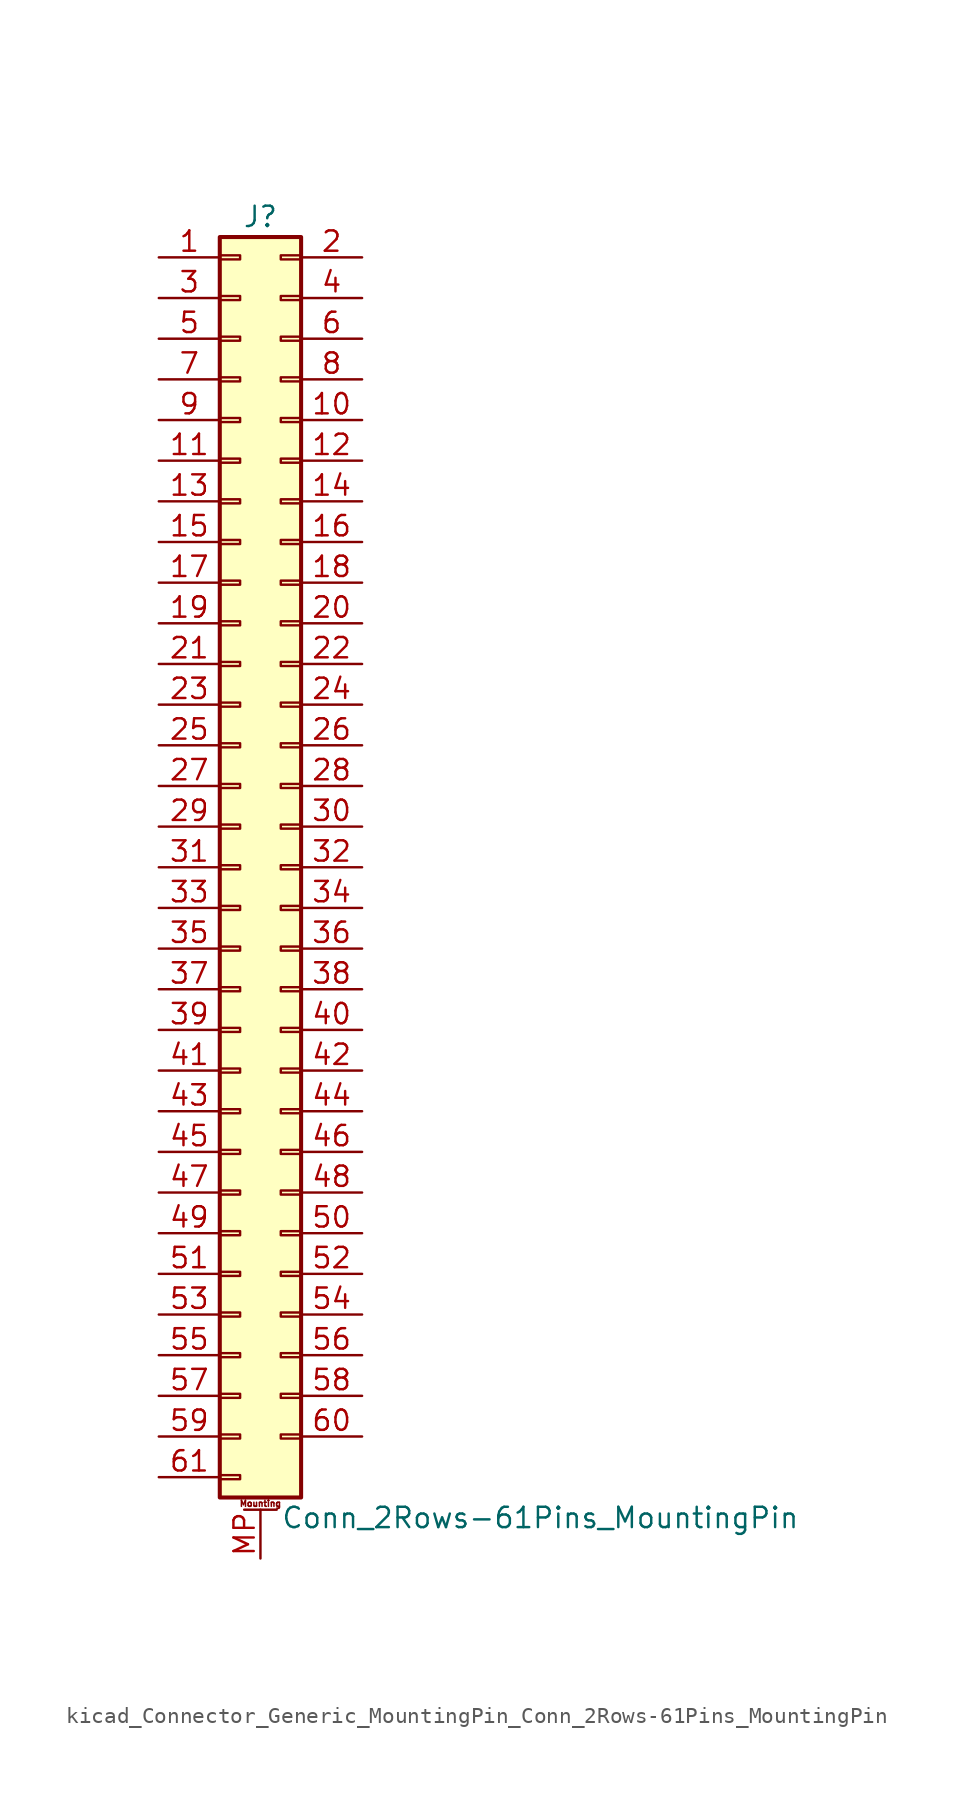
<source format=kicad_sym>
(kicad_symbol_lib
  (version 20220914)
  (generator kicad_symbol_editor)
  (symbol "kicad_Connector_Generic_MountingPin_Conn_2Rows-61Pins_MountingPin"
    (pin_names
      (offset 1.016) hide)
    (property "Reference" "J"
      (at 1.27 40.64 0)
      (effects (font (size 1.27 1.27))))
    (property "Value" "Conn_2Rows-61Pins_MountingPin"
      (at 2.54 -40.64 0)
      (effects (font (size 1.27 1.27)) (justify left)))
    (symbol "kicad_Connector_Generic_MountingPin_Conn_2Rows-61Pins_MountingPin_1_1"
      (rectangle (start -1.27 -37.973) (end 0 -38.227) (stroke (width 0.152) (type default)) (fill (type none)))
      (rectangle (start -1.27 -35.433) (end 0 -35.687) (stroke (width 0.152) (type default)) (fill (type none)))
      (rectangle (start -1.27 -32.893) (end 0 -33.147) (stroke (width 0.152) (type default)) (fill (type none)))
      (rectangle (start -1.27 -30.353) (end 0 -30.607) (stroke (width 0.152) (type default)) (fill (type none)))
      (rectangle (start -1.27 -27.813) (end 0 -28.067) (stroke (width 0.152) (type default)) (fill (type none)))
      (rectangle (start -1.27 -25.273) (end 0 -25.527) (stroke (width 0.152) (type default)) (fill (type none)))
      (rectangle (start -1.27 -22.733) (end 0 -22.987) (stroke (width 0.152) (type default)) (fill (type none)))
      (rectangle (start -1.27 -20.193) (end 0 -20.447) (stroke (width 0.152) (type default)) (fill (type none)))
      (rectangle (start -1.27 -17.653) (end 0 -17.907) (stroke (width 0.152) (type default)) (fill (type none)))
      (rectangle (start -1.27 -15.113) (end 0 -15.367) (stroke (width 0.152) (type default)) (fill (type none)))
      (rectangle (start -1.27 -12.573) (end 0 -12.827) (stroke (width 0.152) (type default)) (fill (type none)))
      (rectangle (start -1.27 -10.033) (end 0 -10.287) (stroke (width 0.152) (type default)) (fill (type none)))
      (rectangle (start -1.27 -7.493) (end 0 -7.747) (stroke (width 0.152) (type default)) (fill (type none)))
      (rectangle (start -1.27 -4.953) (end 0 -5.207) (stroke (width 0.152) (type default)) (fill (type none)))
      (rectangle (start -1.27 -2.413) (end 0 -2.667) (stroke (width 0.152) (type default)) (fill (type none)))
      (rectangle (start -1.27 0.127) (end 0 -0.127) (stroke (width 0.152) (type default)) (fill (type none)))
      (rectangle (start -1.27 2.667) (end 0 2.413) (stroke (width 0.152) (type default)) (fill (type none)))
      (rectangle (start -1.27 5.207) (end 0 4.953) (stroke (width 0.152) (type default)) (fill (type none)))
      (rectangle (start -1.27 7.747) (end 0 7.493) (stroke (width 0.152) (type default)) (fill (type none)))
      (rectangle (start -1.27 10.287) (end 0 10.033) (stroke (width 0.152) (type default)) (fill (type none)))
      (rectangle (start -1.27 12.827) (end 0 12.573) (stroke (width 0.152) (type default)) (fill (type none)))
      (rectangle (start -1.27 15.367) (end 0 15.113) (stroke (width 0.152) (type default)) (fill (type none)))
      (rectangle (start -1.27 17.907) (end 0 17.653) (stroke (width 0.152) (type default)) (fill (type none)))
      (rectangle (start -1.27 20.447) (end 0 20.193) (stroke (width 0.152) (type default)) (fill (type none)))
      (rectangle (start -1.27 22.987) (end 0 22.733) (stroke (width 0.152) (type default)) (fill (type none)))
      (rectangle (start -1.27 25.527) (end 0 25.273) (stroke (width 0.152) (type default)) (fill (type none)))
      (rectangle (start -1.27 28.067) (end 0 27.813) (stroke (width 0.152) (type default)) (fill (type none)))
      (rectangle (start -1.27 30.607) (end 0 30.353) (stroke (width 0.152) (type default)) (fill (type none)))
      (rectangle (start -1.27 33.147) (end 0 32.893) (stroke (width 0.152) (type default)) (fill (type none)))
      (rectangle (start -1.27 35.687) (end 0 35.433) (stroke (width 0.152) (type default)) (fill (type none)))
      (rectangle (start -1.27 38.227) (end 0 37.973) (stroke (width 0.152) (type default)) (fill (type none)))
      (rectangle (start -1.27 39.37) (end 3.81 -39.37) (stroke (width 0.254) (type default)) (fill (type background)))
      (polyline (pts (xy 0.254 -40.132) (xy 2.286 -40.132)) (stroke (width 0.152) (type default)) (fill (type none)))
      (rectangle (start 3.81 -35.433) (end 2.54 -35.687) (stroke (width 0.152) (type default)) (fill (type none)))
      (rectangle (start 3.81 -32.893) (end 2.54 -33.147) (stroke (width 0.152) (type default)) (fill (type none)))
      (rectangle (start 3.81 -30.353) (end 2.54 -30.607) (stroke (width 0.152) (type default)) (fill (type none)))
      (rectangle (start 3.81 -27.813) (end 2.54 -28.067) (stroke (width 0.152) (type default)) (fill (type none)))
      (rectangle (start 3.81 -25.273) (end 2.54 -25.527) (stroke (width 0.152) (type default)) (fill (type none)))
      (rectangle (start 3.81 -22.733) (end 2.54 -22.987) (stroke (width 0.152) (type default)) (fill (type none)))
      (rectangle (start 3.81 -20.193) (end 2.54 -20.447) (stroke (width 0.152) (type default)) (fill (type none)))
      (rectangle (start 3.81 -17.653) (end 2.54 -17.907) (stroke (width 0.152) (type default)) (fill (type none)))
      (rectangle (start 3.81 -15.113) (end 2.54 -15.367) (stroke (width 0.152) (type default)) (fill (type none)))
      (rectangle (start 3.81 -12.573) (end 2.54 -12.827) (stroke (width 0.152) (type default)) (fill (type none)))
      (rectangle (start 3.81 -10.033) (end 2.54 -10.287) (stroke (width 0.152) (type default)) (fill (type none)))
      (rectangle (start 3.81 -7.493) (end 2.54 -7.747) (stroke (width 0.152) (type default)) (fill (type none)))
      (rectangle (start 3.81 -4.953) (end 2.54 -5.207) (stroke (width 0.152) (type default)) (fill (type none)))
      (rectangle (start 3.81 -2.413) (end 2.54 -2.667) (stroke (width 0.152) (type default)) (fill (type none)))
      (rectangle (start 3.81 0.127) (end 2.54 -0.127) (stroke (width 0.152) (type default)) (fill (type none)))
      (rectangle (start 3.81 2.667) (end 2.54 2.413) (stroke (width 0.152) (type default)) (fill (type none)))
      (rectangle (start 3.81 5.207) (end 2.54 4.953) (stroke (width 0.152) (type default)) (fill (type none)))
      (rectangle (start 3.81 7.747) (end 2.54 7.493) (stroke (width 0.152) (type default)) (fill (type none)))
      (rectangle (start 3.81 10.287) (end 2.54 10.033) (stroke (width 0.152) (type default)) (fill (type none)))
      (rectangle (start 3.81 12.827) (end 2.54 12.573) (stroke (width 0.152) (type default)) (fill (type none)))
      (rectangle (start 3.81 15.367) (end 2.54 15.113) (stroke (width 0.152) (type default)) (fill (type none)))
      (rectangle (start 3.81 17.907) (end 2.54 17.653) (stroke (width 0.152) (type default)) (fill (type none)))
      (rectangle (start 3.81 20.447) (end 2.54 20.193) (stroke (width 0.152) (type default)) (fill (type none)))
      (rectangle (start 3.81 22.987) (end 2.54 22.733) (stroke (width 0.152) (type default)) (fill (type none)))
      (rectangle (start 3.81 25.527) (end 2.54 25.273) (stroke (width 0.152) (type default)) (fill (type none)))
      (rectangle (start 3.81 28.067) (end 2.54 27.813) (stroke (width 0.152) (type default)) (fill (type none)))
      (rectangle (start 3.81 30.607) (end 2.54 30.353) (stroke (width 0.152) (type default)) (fill (type none)))
      (rectangle (start 3.81 33.147) (end 2.54 32.893) (stroke (width 0.152) (type default)) (fill (type none)))
      (rectangle (start 3.81 35.687) (end 2.54 35.433) (stroke (width 0.152) (type default)) (fill (type none)))
      (rectangle (start 3.81 38.227) (end 2.54 37.973) (stroke (width 0.152) (type default)) (fill (type none)))
      (text "Mounting" (at 1.27 -39.751 0) (effects (font (size 0.381 0.381))))
      (pin passive line (at -5.08 38.1 0) (length 3.81) (name "Pin_1" (effects (font (size 1.27 1.27)))) (number "1" (effects (font (size 1.27 1.27)))))
      (pin passive line (at 7.62 27.94 180) (length 3.81) (name "Pin_10" (effects (font (size 1.27 1.27)))) (number "10" (effects (font (size 1.27 1.27)))))
      (pin passive line (at -5.08 25.4 0) (length 3.81) (name "Pin_11" (effects (font (size 1.27 1.27)))) (number "11" (effects (font (size 1.27 1.27)))))
      (pin passive line (at 7.62 25.4 180) (length 3.81) (name "Pin_12" (effects (font (size 1.27 1.27)))) (number "12" (effects (font (size 1.27 1.27)))))
      (pin passive line (at -5.08 22.86 0) (length 3.81) (name "Pin_13" (effects (font (size 1.27 1.27)))) (number "13" (effects (font (size 1.27 1.27)))))
      (pin passive line (at 7.62 22.86 180) (length 3.81) (name "Pin_14" (effects (font (size 1.27 1.27)))) (number "14" (effects (font (size 1.27 1.27)))))
      (pin passive line (at -5.08 20.32 0) (length 3.81) (name "Pin_15" (effects (font (size 1.27 1.27)))) (number "15" (effects (font (size 1.27 1.27)))))
      (pin passive line (at 7.62 20.32 180) (length 3.81) (name "Pin_16" (effects (font (size 1.27 1.27)))) (number "16" (effects (font (size 1.27 1.27)))))
      (pin passive line (at -5.08 17.78 0) (length 3.81) (name "Pin_17" (effects (font (size 1.27 1.27)))) (number "17" (effects (font (size 1.27 1.27)))))
      (pin passive line (at 7.62 17.78 180) (length 3.81) (name "Pin_18" (effects (font (size 1.27 1.27)))) (number "18" (effects (font (size 1.27 1.27)))))
      (pin passive line (at -5.08 15.24 0) (length 3.81) (name "Pin_19" (effects (font (size 1.27 1.27)))) (number "19" (effects (font (size 1.27 1.27)))))
      (pin passive line (at 7.62 38.1 180) (length 3.81) (name "Pin_2" (effects (font (size 1.27 1.27)))) (number "2" (effects (font (size 1.27 1.27)))))
      (pin passive line (at 7.62 15.24 180) (length 3.81) (name "Pin_20" (effects (font (size 1.27 1.27)))) (number "20" (effects (font (size 1.27 1.27)))))
      (pin passive line (at -5.08 12.7 0) (length 3.81) (name "Pin_21" (effects (font (size 1.27 1.27)))) (number "21" (effects (font (size 1.27 1.27)))))
      (pin passive line (at 7.62 12.7 180) (length 3.81) (name "Pin_22" (effects (font (size 1.27 1.27)))) (number "22" (effects (font (size 1.27 1.27)))))
      (pin passive line (at -5.08 10.16 0) (length 3.81) (name "Pin_23" (effects (font (size 1.27 1.27)))) (number "23" (effects (font (size 1.27 1.27)))))
      (pin passive line (at 7.62 10.16 180) (length 3.81) (name "Pin_24" (effects (font (size 1.27 1.27)))) (number "24" (effects (font (size 1.27 1.27)))))
      (pin passive line (at -5.08 7.62 0) (length 3.81) (name "Pin_25" (effects (font (size 1.27 1.27)))) (number "25" (effects (font (size 1.27 1.27)))))
      (pin passive line (at 7.62 7.62 180) (length 3.81) (name "Pin_26" (effects (font (size 1.27 1.27)))) (number "26" (effects (font (size 1.27 1.27)))))
      (pin passive line (at -5.08 5.08 0) (length 3.81) (name "Pin_27" (effects (font (size 1.27 1.27)))) (number "27" (effects (font (size 1.27 1.27)))))
      (pin passive line (at 7.62 5.08 180) (length 3.81) (name "Pin_28" (effects (font (size 1.27 1.27)))) (number "28" (effects (font (size 1.27 1.27)))))
      (pin passive line (at -5.08 2.54 0) (length 3.81) (name "Pin_29" (effects (font (size 1.27 1.27)))) (number "29" (effects (font (size 1.27 1.27)))))
      (pin passive line (at -5.08 35.56 0) (length 3.81) (name "Pin_3" (effects (font (size 1.27 1.27)))) (number "3" (effects (font (size 1.27 1.27)))))
      (pin passive line (at 7.62 2.54 180) (length 3.81) (name "Pin_30" (effects (font (size 1.27 1.27)))) (number "30" (effects (font (size 1.27 1.27)))))
      (pin passive line (at -5.08 0 0) (length 3.81) (name "Pin_31" (effects (font (size 1.27 1.27)))) (number "31" (effects (font (size 1.27 1.27)))))
      (pin passive line (at 7.62 0 180) (length 3.81) (name "Pin_32" (effects (font (size 1.27 1.27)))) (number "32" (effects (font (size 1.27 1.27)))))
      (pin passive line (at -5.08 -2.54 0) (length 3.81) (name "Pin_33" (effects (font (size 1.27 1.27)))) (number "33" (effects (font (size 1.27 1.27)))))
      (pin passive line (at 7.62 -2.54 180) (length 3.81) (name "Pin_34" (effects (font (size 1.27 1.27)))) (number "34" (effects (font (size 1.27 1.27)))))
      (pin passive line (at -5.08 -5.08 0) (length 3.81) (name "Pin_35" (effects (font (size 1.27 1.27)))) (number "35" (effects (font (size 1.27 1.27)))))
      (pin passive line (at 7.62 -5.08 180) (length 3.81) (name "Pin_36" (effects (font (size 1.27 1.27)))) (number "36" (effects (font (size 1.27 1.27)))))
      (pin passive line (at -5.08 -7.62 0) (length 3.81) (name "Pin_37" (effects (font (size 1.27 1.27)))) (number "37" (effects (font (size 1.27 1.27)))))
      (pin passive line (at 7.62 -7.62 180) (length 3.81) (name "Pin_38" (effects (font (size 1.27 1.27)))) (number "38" (effects (font (size 1.27 1.27)))))
      (pin passive line (at -5.08 -10.16 0) (length 3.81) (name "Pin_39" (effects (font (size 1.27 1.27)))) (number "39" (effects (font (size 1.27 1.27)))))
      (pin passive line (at 7.62 35.56 180) (length 3.81) (name "Pin_4" (effects (font (size 1.27 1.27)))) (number "4" (effects (font (size 1.27 1.27)))))
      (pin passive line (at 7.62 -10.16 180) (length 3.81) (name "Pin_40" (effects (font (size 1.27 1.27)))) (number "40" (effects (font (size 1.27 1.27)))))
      (pin passive line (at -5.08 -12.7 0) (length 3.81) (name "Pin_41" (effects (font (size 1.27 1.27)))) (number "41" (effects (font (size 1.27 1.27)))))
      (pin passive line (at 7.62 -12.7 180) (length 3.81) (name "Pin_42" (effects (font (size 1.27 1.27)))) (number "42" (effects (font (size 1.27 1.27)))))
      (pin passive line (at -5.08 -15.24 0) (length 3.81) (name "Pin_43" (effects (font (size 1.27 1.27)))) (number "43" (effects (font (size 1.27 1.27)))))
      (pin passive line (at 7.62 -15.24 180) (length 3.81) (name "Pin_44" (effects (font (size 1.27 1.27)))) (number "44" (effects (font (size 1.27 1.27)))))
      (pin passive line (at -5.08 -17.78 0) (length 3.81) (name "Pin_45" (effects (font (size 1.27 1.27)))) (number "45" (effects (font (size 1.27 1.27)))))
      (pin passive line (at 7.62 -17.78 180) (length 3.81) (name "Pin_46" (effects (font (size 1.27 1.27)))) (number "46" (effects (font (size 1.27 1.27)))))
      (pin passive line (at -5.08 -20.32 0) (length 3.81) (name "Pin_47" (effects (font (size 1.27 1.27)))) (number "47" (effects (font (size 1.27 1.27)))))
      (pin passive line (at 7.62 -20.32 180) (length 3.81) (name "Pin_48" (effects (font (size 1.27 1.27)))) (number "48" (effects (font (size 1.27 1.27)))))
      (pin passive line (at -5.08 -22.86 0) (length 3.81) (name "Pin_49" (effects (font (size 1.27 1.27)))) (number "49" (effects (font (size 1.27 1.27)))))
      (pin passive line (at -5.08 33.02 0) (length 3.81) (name "Pin_5" (effects (font (size 1.27 1.27)))) (number "5" (effects (font (size 1.27 1.27)))))
      (pin passive line (at 7.62 -22.86 180) (length 3.81) (name "Pin_50" (effects (font (size 1.27 1.27)))) (number "50" (effects (font (size 1.27 1.27)))))
      (pin passive line (at -5.08 -25.4 0) (length 3.81) (name "Pin_51" (effects (font (size 1.27 1.27)))) (number "51" (effects (font (size 1.27 1.27)))))
      (pin passive line (at 7.62 -25.4 180) (length 3.81) (name "Pin_52" (effects (font (size 1.27 1.27)))) (number "52" (effects (font (size 1.27 1.27)))))
      (pin passive line (at -5.08 -27.94 0) (length 3.81) (name "Pin_53" (effects (font (size 1.27 1.27)))) (number "53" (effects (font (size 1.27 1.27)))))
      (pin passive line (at 7.62 -27.94 180) (length 3.81) (name "Pin_54" (effects (font (size 1.27 1.27)))) (number "54" (effects (font (size 1.27 1.27)))))
      (pin passive line (at -5.08 -30.48 0) (length 3.81) (name "Pin_55" (effects (font (size 1.27 1.27)))) (number "55" (effects (font (size 1.27 1.27)))))
      (pin passive line (at 7.62 -30.48 180) (length 3.81) (name "Pin_56" (effects (font (size 1.27 1.27)))) (number "56" (effects (font (size 1.27 1.27)))))
      (pin passive line (at -5.08 -33.02 0) (length 3.81) (name "Pin_57" (effects (font (size 1.27 1.27)))) (number "57" (effects (font (size 1.27 1.27)))))
      (pin passive line (at 7.62 -33.02 180) (length 3.81) (name "Pin_58" (effects (font (size 1.27 1.27)))) (number "58" (effects (font (size 1.27 1.27)))))
      (pin passive line (at -5.08 -35.56 0) (length 3.81) (name "Pin_59" (effects (font (size 1.27 1.27)))) (number "59" (effects (font (size 1.27 1.27)))))
      (pin passive line (at 7.62 33.02 180) (length 3.81) (name "Pin_6" (effects (font (size 1.27 1.27)))) (number "6" (effects (font (size 1.27 1.27)))))
      (pin passive line (at 7.62 -35.56 180) (length 3.81) (name "Pin_60" (effects (font (size 1.27 1.27)))) (number "60" (effects (font (size 1.27 1.27)))))
      (pin passive line (at -5.08 -38.1 0) (length 3.81) (name "Pin_61" (effects (font (size 1.27 1.27)))) (number "61" (effects (font (size 1.27 1.27)))))
      (pin passive line (at -5.08 30.48 0) (length 3.81) (name "Pin_7" (effects (font (size 1.27 1.27)))) (number "7" (effects (font (size 1.27 1.27)))))
      (pin passive line (at 7.62 30.48 180) (length 3.81) (name "Pin_8" (effects (font (size 1.27 1.27)))) (number "8" (effects (font (size 1.27 1.27)))))
      (pin passive line (at -5.08 27.94 0) (length 3.81) (name "Pin_9" (effects (font (size 1.27 1.27)))) (number "9" (effects (font (size 1.27 1.27)))))
      (pin passive line (at 1.27 -43.18 90) (length 3.048) (name "MountPin" (effects (font (size 1.27 1.27)))) (number "MP" (effects (font (size 1.27 1.27))))))))
</source>
